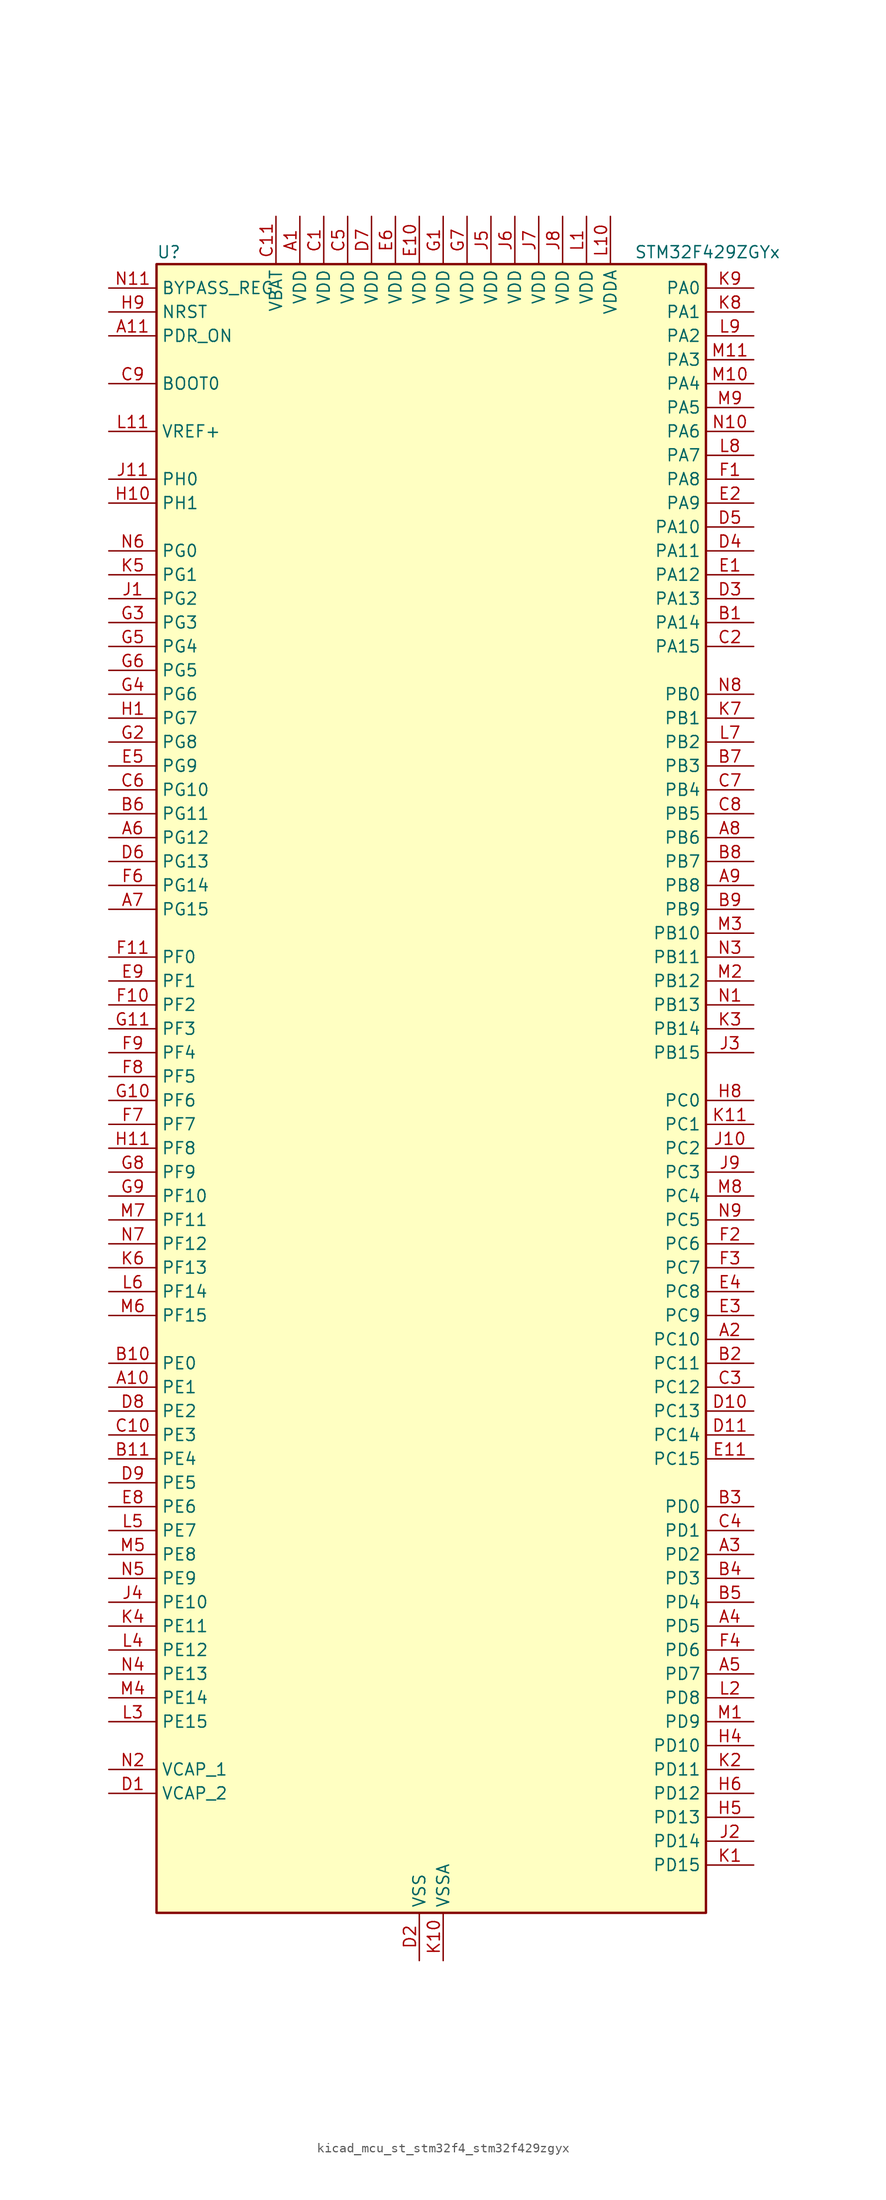
<source format=kicad_sym>
(kicad_symbol_lib
  (version 20220914)
  (generator kicad_symbol_editor)
  (symbol "kicad_mcu_st_stm32f4_stm32f429zgyx"
    (property "Reference" "U"
      (at -27.94 90.17 0)
      (effects (font (size 1.27 1.27)) (justify left)))
    (property "Value" "STM32F429ZGYx"
      (at 22.86 90.17 0)
      (effects (font (size 1.27 1.27)) (justify left)))
    (property "ki_locked" ""
      (at 0 0 0)
      (effects (font (size 1.27 1.27))))
    (symbol "kicad_mcu_st_stm32f4_stm32f429zgyx_0_1"
      (rectangle (start -27.94 -86.36) (end 30.48 88.9) (stroke (width 0.254) (type default)) (fill (type background))))
    (symbol "kicad_mcu_st_stm32f4_stm32f429zgyx_1_1"
      (pin power_in line (at -12.7 93.98 270) (length 5.08) (name "VDD" (effects (font (size 1.27 1.27)))) (number "A1" (effects (font (size 1.27 1.27)))))
      (pin bidirectional line (at -33.02 -30.48 0) (length 5.08) (name "PE1" (effects (font (size 1.27 1.27)))) (number "A10" (effects (font (size 1.27 1.27)))) (alternate "DCMI_D3" bidirectional line) (alternate "FMC_NBL1" bidirectional line) (alternate "UART8_TX" bidirectional line))
      (pin input line (at -33.02 81.28 0) (length 5.08) (name "PDR_ON" (effects (font (size 1.27 1.27)))) (number "A11" (effects (font (size 1.27 1.27)))))
      (pin bidirectional line (at 35.56 -25.4 180) (length 5.08) (name "PC10" (effects (font (size 1.27 1.27)))) (number "A2" (effects (font (size 1.27 1.27)))) (alternate "DCMI_D8" bidirectional line) (alternate "I2S3_CK" bidirectional line) (alternate "LTDC_R2" bidirectional line) (alternate "SDIO_D2" bidirectional line) (alternate "SPI3_SCK" bidirectional line) (alternate "UART4_TX" bidirectional line) (alternate "USART3_TX" bidirectional line))
      (pin bidirectional line (at 35.56 -48.26 180) (length 5.08) (name "PD2" (effects (font (size 1.27 1.27)))) (number "A3" (effects (font (size 1.27 1.27)))) (alternate "DCMI_D11" bidirectional line) (alternate "SDIO_CMD" bidirectional line) (alternate "TIM3_ETR" bidirectional line) (alternate "UART5_RX" bidirectional line))
      (pin bidirectional line (at 35.56 -55.88 180) (length 5.08) (name "PD5" (effects (font (size 1.27 1.27)))) (number "A4" (effects (font (size 1.27 1.27)))) (alternate "FMC_NWE" bidirectional line) (alternate "USART2_TX" bidirectional line))
      (pin bidirectional line (at 35.56 -60.96 180) (length 5.08) (name "PD7" (effects (font (size 1.27 1.27)))) (number "A5" (effects (font (size 1.27 1.27)))) (alternate "FMC_NCE2" bidirectional line) (alternate "FMC_NE1" bidirectional line) (alternate "USART2_CK" bidirectional line))
      (pin bidirectional line (at -33.02 27.94 0) (length 5.08) (name "PG12" (effects (font (size 1.27 1.27)))) (number "A6" (effects (font (size 1.27 1.27)))) (alternate "FMC_NE4" bidirectional line) (alternate "LTDC_B1" bidirectional line) (alternate "LTDC_B4" bidirectional line) (alternate "SPI6_MISO" bidirectional line) (alternate "USART6_RTS" bidirectional line))
      (pin bidirectional line (at -33.02 20.32 0) (length 5.08) (name "PG15" (effects (font (size 1.27 1.27)))) (number "A7" (effects (font (size 1.27 1.27)))) (alternate "ADC1_EXTI15" bidirectional line) (alternate "ADC2_EXTI15" bidirectional line) (alternate "ADC3_EXTI15" bidirectional line) (alternate "DCMI_D13" bidirectional line) (alternate "FMC_SDNCAS" bidirectional line) (alternate "USART6_CTS" bidirectional line))
      (pin bidirectional line (at 35.56 27.94 180) (length 5.08) (name "PB6" (effects (font (size 1.27 1.27)))) (number "A8" (effects (font (size 1.27 1.27)))) (alternate "CAN2_TX" bidirectional line) (alternate "DCMI_D5" bidirectional line) (alternate "FMC_SDNE1" bidirectional line) (alternate "I2C1_SCL" bidirectional line) (alternate "TIM4_CH1" bidirectional line) (alternate "USART1_TX" bidirectional line))
      (pin bidirectional line (at 35.56 22.86 180) (length 5.08) (name "PB8" (effects (font (size 1.27 1.27)))) (number "A9" (effects (font (size 1.27 1.27)))) (alternate "CAN1_RX" bidirectional line) (alternate "DCMI_D6" bidirectional line) (alternate "ETH_TXD3" bidirectional line) (alternate "I2C1_SCL" bidirectional line) (alternate "LTDC_B6" bidirectional line) (alternate "SDIO_D4" bidirectional line) (alternate "TIM10_CH1" bidirectional line) (alternate "TIM4_CH3" bidirectional line))
      (pin bidirectional line (at 35.56 50.8 180) (length 5.08) (name "PA14" (effects (font (size 1.27 1.27)))) (number "B1" (effects (font (size 1.27 1.27)))) (alternate "SYS_JTCK-SWCLK" bidirectional line))
      (pin bidirectional line (at -33.02 -27.94 0) (length 5.08) (name "PE0" (effects (font (size 1.27 1.27)))) (number "B10" (effects (font (size 1.27 1.27)))) (alternate "DCMI_D2" bidirectional line) (alternate "FMC_NBL0" bidirectional line) (alternate "TIM4_ETR" bidirectional line) (alternate "UART8_RX" bidirectional line))
      (pin bidirectional line (at -33.02 -38.1 0) (length 5.08) (name "PE4" (effects (font (size 1.27 1.27)))) (number "B11" (effects (font (size 1.27 1.27)))) (alternate "DCMI_D4" bidirectional line) (alternate "FMC_A20" bidirectional line) (alternate "LTDC_B0" bidirectional line) (alternate "SAI1_FS_A" bidirectional line) (alternate "SPI4_NSS" bidirectional line) (alternate "SYS_TRACED1" bidirectional line))
      (pin bidirectional line (at 35.56 -27.94 180) (length 5.08) (name "PC11" (effects (font (size 1.27 1.27)))) (number "B2" (effects (font (size 1.27 1.27)))) (alternate "ADC1_EXTI11" bidirectional line) (alternate "ADC2_EXTI11" bidirectional line) (alternate "ADC3_EXTI11" bidirectional line) (alternate "DCMI_D4" bidirectional line) (alternate "I2S3_ext_SD" bidirectional line) (alternate "SDIO_D3" bidirectional line) (alternate "SPI3_MISO" bidirectional line) (alternate "UART4_RX" bidirectional line) (alternate "USART3_RX" bidirectional line))
      (pin bidirectional line (at 35.56 -43.18 180) (length 5.08) (name "PD0" (effects (font (size 1.27 1.27)))) (number "B3" (effects (font (size 1.27 1.27)))) (alternate "CAN1_RX" bidirectional line) (alternate "FMC_D2" bidirectional line) (alternate "FMC_DA2" bidirectional line))
      (pin bidirectional line (at 35.56 -50.8 180) (length 5.08) (name "PD3" (effects (font (size 1.27 1.27)))) (number "B4" (effects (font (size 1.27 1.27)))) (alternate "DCMI_D5" bidirectional line) (alternate "FMC_CLK" bidirectional line) (alternate "I2S2_CK" bidirectional line) (alternate "LTDC_G7" bidirectional line) (alternate "SPI2_SCK" bidirectional line) (alternate "USART2_CTS" bidirectional line))
      (pin bidirectional line (at 35.56 -53.34 180) (length 5.08) (name "PD4" (effects (font (size 1.27 1.27)))) (number "B5" (effects (font (size 1.27 1.27)))) (alternate "FMC_NOE" bidirectional line) (alternate "USART2_RTS" bidirectional line))
      (pin bidirectional line (at -33.02 30.48 0) (length 5.08) (name "PG11" (effects (font (size 1.27 1.27)))) (number "B6" (effects (font (size 1.27 1.27)))) (alternate "ADC1_EXTI11" bidirectional line) (alternate "ADC2_EXTI11" bidirectional line) (alternate "ADC3_EXTI11" bidirectional line) (alternate "DCMI_D3" bidirectional line) (alternate "ETH_TX_EN" bidirectional line) (alternate "FMC_NCE4_2" bidirectional line) (alternate "LTDC_B3" bidirectional line))
      (pin bidirectional line (at 35.56 35.56 180) (length 5.08) (name "PB3" (effects (font (size 1.27 1.27)))) (number "B7" (effects (font (size 1.27 1.27)))) (alternate "I2S3_CK" bidirectional line) (alternate "SPI1_SCK" bidirectional line) (alternate "SPI3_SCK" bidirectional line) (alternate "SYS_JTDO-SWO" bidirectional line) (alternate "TIM2_CH2" bidirectional line))
      (pin bidirectional line (at 35.56 25.4 180) (length 5.08) (name "PB7" (effects (font (size 1.27 1.27)))) (number "B8" (effects (font (size 1.27 1.27)))) (alternate "DCMI_VSYNC" bidirectional line) (alternate "FMC_NL" bidirectional line) (alternate "I2C1_SDA" bidirectional line) (alternate "TIM4_CH2" bidirectional line) (alternate "USART1_RX" bidirectional line))
      (pin bidirectional line (at 35.56 20.32 180) (length 5.08) (name "PB9" (effects (font (size 1.27 1.27)))) (number "B9" (effects (font (size 1.27 1.27)))) (alternate "CAN1_TX" bidirectional line) (alternate "DAC_EXTI9" bidirectional line) (alternate "DCMI_D7" bidirectional line) (alternate "I2C1_SDA" bidirectional line) (alternate "I2S2_WS" bidirectional line) (alternate "LTDC_B7" bidirectional line) (alternate "SDIO_D5" bidirectional line) (alternate "SPI2_NSS" bidirectional line) (alternate "TIM11_CH1" bidirectional line) (alternate "TIM4_CH4" bidirectional line))
      (pin power_in line (at -10.16 93.98 270) (length 5.08) (name "VDD" (effects (font (size 1.27 1.27)))) (number "C1" (effects (font (size 1.27 1.27)))))
      (pin bidirectional line (at -33.02 -35.56 0) (length 5.08) (name "PE3" (effects (font (size 1.27 1.27)))) (number "C10" (effects (font (size 1.27 1.27)))) (alternate "FMC_A19" bidirectional line) (alternate "SAI1_SD_B" bidirectional line) (alternate "SYS_TRACED0" bidirectional line))
      (pin power_in line (at -15.24 93.98 270) (length 5.08) (name "VBAT" (effects (font (size 1.27 1.27)))) (number "C11" (effects (font (size 1.27 1.27)))))
      (pin bidirectional line (at 35.56 48.26 180) (length 5.08) (name "PA15" (effects (font (size 1.27 1.27)))) (number "C2" (effects (font (size 1.27 1.27)))) (alternate "ADC1_EXTI15" bidirectional line) (alternate "ADC2_EXTI15" bidirectional line) (alternate "ADC3_EXTI15" bidirectional line) (alternate "I2S3_WS" bidirectional line) (alternate "SPI1_NSS" bidirectional line) (alternate "SPI3_NSS" bidirectional line) (alternate "SYS_JTDI" bidirectional line) (alternate "TIM2_CH1" bidirectional line) (alternate "TIM2_ETR" bidirectional line))
      (pin bidirectional line (at 35.56 -30.48 180) (length 5.08) (name "PC12" (effects (font (size 1.27 1.27)))) (number "C3" (effects (font (size 1.27 1.27)))) (alternate "DCMI_D9" bidirectional line) (alternate "I2S3_SD" bidirectional line) (alternate "SDIO_CK" bidirectional line) (alternate "SPI3_MOSI" bidirectional line) (alternate "UART5_TX" bidirectional line) (alternate "USART3_CK" bidirectional line))
      (pin bidirectional line (at 35.56 -45.72 180) (length 5.08) (name "PD1" (effects (font (size 1.27 1.27)))) (number "C4" (effects (font (size 1.27 1.27)))) (alternate "CAN1_TX" bidirectional line) (alternate "FMC_D3" bidirectional line) (alternate "FMC_DA3" bidirectional line))
      (pin power_in line (at -7.62 93.98 270) (length 5.08) (name "VDD" (effects (font (size 1.27 1.27)))) (number "C5" (effects (font (size 1.27 1.27)))))
      (pin bidirectional line (at -33.02 33.02 0) (length 5.08) (name "PG10" (effects (font (size 1.27 1.27)))) (number "C6" (effects (font (size 1.27 1.27)))) (alternate "DCMI_D2" bidirectional line) (alternate "FMC_NCE4_1" bidirectional line) (alternate "FMC_NE3" bidirectional line) (alternate "LTDC_B2" bidirectional line) (alternate "LTDC_G3" bidirectional line))
      (pin bidirectional line (at 35.56 33.02 180) (length 5.08) (name "PB4" (effects (font (size 1.27 1.27)))) (number "C7" (effects (font (size 1.27 1.27)))) (alternate "I2S3_ext_SD" bidirectional line) (alternate "SPI1_MISO" bidirectional line) (alternate "SPI3_MISO" bidirectional line) (alternate "SYS_JTRST" bidirectional line) (alternate "TIM3_CH1" bidirectional line))
      (pin bidirectional line (at 35.56 30.48 180) (length 5.08) (name "PB5" (effects (font (size 1.27 1.27)))) (number "C8" (effects (font (size 1.27 1.27)))) (alternate "CAN2_RX" bidirectional line) (alternate "DCMI_D10" bidirectional line) (alternate "ETH_PPS_OUT" bidirectional line) (alternate "FMC_SDCKE1" bidirectional line) (alternate "I2C1_SMBA" bidirectional line) (alternate "I2S3_SD" bidirectional line) (alternate "SPI1_MOSI" bidirectional line) (alternate "SPI3_MOSI" bidirectional line) (alternate "TIM3_CH2" bidirectional line) (alternate "USB_OTG_HS_ULPI_D7" bidirectional line))
      (pin input line (at -33.02 76.2 0) (length 5.08) (name "BOOT0" (effects (font (size 1.27 1.27)))) (number "C9" (effects (font (size 1.27 1.27)))))
      (pin power_out line (at -33.02 -73.66 0) (length 5.08) (name "VCAP_2" (effects (font (size 1.27 1.27)))) (number "D1" (effects (font (size 1.27 1.27)))))
      (pin bidirectional line (at 35.56 -33.02 180) (length 5.08) (name "PC13" (effects (font (size 1.27 1.27)))) (number "D10" (effects (font (size 1.27 1.27)))) (alternate "RTC_AF1" bidirectional line))
      (pin bidirectional line (at 35.56 -35.56 180) (length 5.08) (name "PC14" (effects (font (size 1.27 1.27)))) (number "D11" (effects (font (size 1.27 1.27)))) (alternate "RCC_OSC32_IN" bidirectional line))
      (pin power_in line (at 0 -91.44 90) (length 5.08) (name "VSS" (effects (font (size 1.27 1.27)))) (number "D2" (effects (font (size 1.27 1.27)))))
      (pin bidirectional line (at 35.56 53.34 180) (length 5.08) (name "PA13" (effects (font (size 1.27 1.27)))) (number "D3" (effects (font (size 1.27 1.27)))) (alternate "SYS_JTMS-SWDIO" bidirectional line))
      (pin bidirectional line (at 35.56 58.42 180) (length 5.08) (name "PA11" (effects (font (size 1.27 1.27)))) (number "D4" (effects (font (size 1.27 1.27)))) (alternate "ADC1_EXTI11" bidirectional line) (alternate "ADC2_EXTI11" bidirectional line) (alternate "ADC3_EXTI11" bidirectional line) (alternate "CAN1_RX" bidirectional line) (alternate "LTDC_R4" bidirectional line) (alternate "TIM1_CH4" bidirectional line) (alternate "USART1_CTS" bidirectional line) (alternate "USB_OTG_FS_DM" bidirectional line))
      (pin bidirectional line (at 35.56 60.96 180) (length 5.08) (name "PA10" (effects (font (size 1.27 1.27)))) (number "D5" (effects (font (size 1.27 1.27)))) (alternate "DCMI_D1" bidirectional line) (alternate "TIM1_CH3" bidirectional line) (alternate "USART1_RX" bidirectional line) (alternate "USB_OTG_FS_ID" bidirectional line))
      (pin bidirectional line (at -33.02 25.4 0) (length 5.08) (name "PG13" (effects (font (size 1.27 1.27)))) (number "D6" (effects (font (size 1.27 1.27)))) (alternate "ETH_TXD0" bidirectional line) (alternate "FMC_A24" bidirectional line) (alternate "SPI6_SCK" bidirectional line) (alternate "USART6_CTS" bidirectional line))
      (pin power_in line (at -5.08 93.98 270) (length 5.08) (name "VDD" (effects (font (size 1.27 1.27)))) (number "D7" (effects (font (size 1.27 1.27)))))
      (pin bidirectional line (at -33.02 -33.02 0) (length 5.08) (name "PE2" (effects (font (size 1.27 1.27)))) (number "D8" (effects (font (size 1.27 1.27)))) (alternate "ETH_TXD3" bidirectional line) (alternate "FMC_A23" bidirectional line) (alternate "SAI1_MCLK_A" bidirectional line) (alternate "SPI4_SCK" bidirectional line) (alternate "SYS_TRACECLK" bidirectional line))
      (pin bidirectional line (at -33.02 -40.64 0) (length 5.08) (name "PE5" (effects (font (size 1.27 1.27)))) (number "D9" (effects (font (size 1.27 1.27)))) (alternate "DCMI_D6" bidirectional line) (alternate "FMC_A21" bidirectional line) (alternate "LTDC_G0" bidirectional line) (alternate "SAI1_SCK_A" bidirectional line) (alternate "SPI4_MISO" bidirectional line) (alternate "SYS_TRACED2" bidirectional line) (alternate "TIM9_CH1" bidirectional line))
      (pin bidirectional line (at 35.56 55.88 180) (length 5.08) (name "PA12" (effects (font (size 1.27 1.27)))) (number "E1" (effects (font (size 1.27 1.27)))) (alternate "CAN1_TX" bidirectional line) (alternate "LTDC_R5" bidirectional line) (alternate "TIM1_ETR" bidirectional line) (alternate "USART1_RTS" bidirectional line) (alternate "USB_OTG_FS_DP" bidirectional line))
      (pin power_in line (at 0 93.98 270) (length 5.08) (name "VDD" (effects (font (size 1.27 1.27)))) (number "E10" (effects (font (size 1.27 1.27)))))
      (pin bidirectional line (at 35.56 -38.1 180) (length 5.08) (name "PC15" (effects (font (size 1.27 1.27)))) (number "E11" (effects (font (size 1.27 1.27)))) (alternate "ADC1_EXTI15" bidirectional line) (alternate "ADC2_EXTI15" bidirectional line) (alternate "ADC3_EXTI15" bidirectional line) (alternate "RCC_OSC32_OUT" bidirectional line))
      (pin bidirectional line (at 35.56 63.5 180) (length 5.08) (name "PA9" (effects (font (size 1.27 1.27)))) (number "E2" (effects (font (size 1.27 1.27)))) (alternate "DAC_EXTI9" bidirectional line) (alternate "DCMI_D0" bidirectional line) (alternate "I2C3_SMBA" bidirectional line) (alternate "TIM1_CH2" bidirectional line) (alternate "USART1_TX" bidirectional line) (alternate "USB_OTG_FS_VBUS" bidirectional line))
      (pin bidirectional line (at 35.56 -22.86 180) (length 5.08) (name "PC9" (effects (font (size 1.27 1.27)))) (number "E3" (effects (font (size 1.27 1.27)))) (alternate "DAC_EXTI9" bidirectional line) (alternate "DCMI_D3" bidirectional line) (alternate "I2C3_SDA" bidirectional line) (alternate "I2S_CKIN" bidirectional line) (alternate "RCC_MCO_2" bidirectional line) (alternate "SDIO_D1" bidirectional line) (alternate "TIM3_CH4" bidirectional line) (alternate "TIM8_CH4" bidirectional line))
      (pin bidirectional line (at 35.56 -20.32 180) (length 5.08) (name "PC8" (effects (font (size 1.27 1.27)))) (number "E4" (effects (font (size 1.27 1.27)))) (alternate "DCMI_D2" bidirectional line) (alternate "SDIO_D0" bidirectional line) (alternate "TIM3_CH3" bidirectional line) (alternate "TIM8_CH3" bidirectional line) (alternate "USART6_CK" bidirectional line))
      (pin bidirectional line (at -33.02 35.56 0) (length 5.08) (name "PG9" (effects (font (size 1.27 1.27)))) (number "E5" (effects (font (size 1.27 1.27)))) (alternate "DAC_EXTI9" bidirectional line) (alternate "DCMI_VSYNC" bidirectional line) (alternate "FMC_NCE3" bidirectional line) (alternate "FMC_NE2" bidirectional line) (alternate "USART6_RX" bidirectional line))
      (pin power_in line (at -2.54 93.98 270) (length 5.08) (name "VDD" (effects (font (size 1.27 1.27)))) (number "E6" (effects (font (size 1.27 1.27)))))
      (pin passive line (at 0 -91.44 90) (length 5.08) hide (name "VSS" (effects (font (size 1.27 1.27)))) (number "E7" (effects (font (size 1.27 1.27)))))
      (pin bidirectional line (at -33.02 -43.18 0) (length 5.08) (name "PE6" (effects (font (size 1.27 1.27)))) (number "E8" (effects (font (size 1.27 1.27)))) (alternate "DCMI_D7" bidirectional line) (alternate "FMC_A22" bidirectional line) (alternate "LTDC_G1" bidirectional line) (alternate "SAI1_SD_A" bidirectional line) (alternate "SPI4_MOSI" bidirectional line) (alternate "SYS_TRACED3" bidirectional line) (alternate "TIM9_CH2" bidirectional line))
      (pin bidirectional line (at -33.02 12.7 0) (length 5.08) (name "PF1" (effects (font (size 1.27 1.27)))) (number "E9" (effects (font (size 1.27 1.27)))) (alternate "FMC_A1" bidirectional line) (alternate "I2C2_SCL" bidirectional line))
      (pin bidirectional line (at 35.56 66.04 180) (length 5.08) (name "PA8" (effects (font (size 1.27 1.27)))) (number "F1" (effects (font (size 1.27 1.27)))) (alternate "I2C3_SCL" bidirectional line) (alternate "LTDC_R6" bidirectional line) (alternate "RCC_MCO_1" bidirectional line) (alternate "TIM1_CH1" bidirectional line) (alternate "USART1_CK" bidirectional line) (alternate "USB_OTG_FS_SOF" bidirectional line))
      (pin bidirectional line (at -33.02 10.16 0) (length 5.08) (name "PF2" (effects (font (size 1.27 1.27)))) (number "F10" (effects (font (size 1.27 1.27)))) (alternate "FMC_A2" bidirectional line) (alternate "I2C2_SMBA" bidirectional line))
      (pin bidirectional line (at -33.02 15.24 0) (length 5.08) (name "PF0" (effects (font (size 1.27 1.27)))) (number "F11" (effects (font (size 1.27 1.27)))) (alternate "FMC_A0" bidirectional line) (alternate "I2C2_SDA" bidirectional line))
      (pin bidirectional line (at 35.56 -15.24 180) (length 5.08) (name "PC6" (effects (font (size 1.27 1.27)))) (number "F2" (effects (font (size 1.27 1.27)))) (alternate "DCMI_D0" bidirectional line) (alternate "I2S2_MCK" bidirectional line) (alternate "LTDC_HSYNC" bidirectional line) (alternate "SDIO_D6" bidirectional line) (alternate "TIM3_CH1" bidirectional line) (alternate "TIM8_CH1" bidirectional line) (alternate "USART6_TX" bidirectional line))
      (pin bidirectional line (at 35.56 -17.78 180) (length 5.08) (name "PC7" (effects (font (size 1.27 1.27)))) (number "F3" (effects (font (size 1.27 1.27)))) (alternate "DCMI_D1" bidirectional line) (alternate "I2S3_MCK" bidirectional line) (alternate "LTDC_G6" bidirectional line) (alternate "SDIO_D7" bidirectional line) (alternate "TIM3_CH2" bidirectional line) (alternate "TIM8_CH2" bidirectional line) (alternate "USART6_RX" bidirectional line))
      (pin bidirectional line (at 35.56 -58.42 180) (length 5.08) (name "PD6" (effects (font (size 1.27 1.27)))) (number "F4" (effects (font (size 1.27 1.27)))) (alternate "DCMI_D10" bidirectional line) (alternate "FMC_NWAIT" bidirectional line) (alternate "I2S3_SD" bidirectional line) (alternate "LTDC_B2" bidirectional line) (alternate "SAI1_SD_A" bidirectional line) (alternate "SPI3_MOSI" bidirectional line) (alternate "USART2_RX" bidirectional line))
      (pin passive line (at 0 -91.44 90) (length 5.08) hide (name "VSS" (effects (font (size 1.27 1.27)))) (number "F5" (effects (font (size 1.27 1.27)))))
      (pin bidirectional line (at -33.02 22.86 0) (length 5.08) (name "PG14" (effects (font (size 1.27 1.27)))) (number "F6" (effects (font (size 1.27 1.27)))) (alternate "ETH_TXD1" bidirectional line) (alternate "FMC_A25" bidirectional line) (alternate "SPI6_MOSI" bidirectional line) (alternate "USART6_TX" bidirectional line))
      (pin bidirectional line (at -33.02 -2.54 0) (length 5.08) (name "PF7" (effects (font (size 1.27 1.27)))) (number "F7" (effects (font (size 1.27 1.27)))) (alternate "ADC3_IN5" bidirectional line) (alternate "FMC_NREG" bidirectional line) (alternate "SAI1_MCLK_B" bidirectional line) (alternate "SPI5_SCK" bidirectional line) (alternate "TIM11_CH1" bidirectional line) (alternate "UART7_TX" bidirectional line))
      (pin bidirectional line (at -33.02 2.54 0) (length 5.08) (name "PF5" (effects (font (size 1.27 1.27)))) (number "F8" (effects (font (size 1.27 1.27)))) (alternate "ADC3_IN15" bidirectional line) (alternate "FMC_A5" bidirectional line))
      (pin bidirectional line (at -33.02 5.08 0) (length 5.08) (name "PF4" (effects (font (size 1.27 1.27)))) (number "F9" (effects (font (size 1.27 1.27)))) (alternate "ADC3_IN14" bidirectional line) (alternate "FMC_A4" bidirectional line))
      (pin power_in line (at 2.54 93.98 270) (length 5.08) (name "VDD" (effects (font (size 1.27 1.27)))) (number "G1" (effects (font (size 1.27 1.27)))))
      (pin bidirectional line (at -33.02 0 0) (length 5.08) (name "PF6" (effects (font (size 1.27 1.27)))) (number "G10" (effects (font (size 1.27 1.27)))) (alternate "ADC3_IN4" bidirectional line) (alternate "FMC_NIORD" bidirectional line) (alternate "SAI1_SD_B" bidirectional line) (alternate "SPI5_NSS" bidirectional line) (alternate "TIM10_CH1" bidirectional line) (alternate "UART7_RX" bidirectional line))
      (pin bidirectional line (at -33.02 7.62 0) (length 5.08) (name "PF3" (effects (font (size 1.27 1.27)))) (number "G11" (effects (font (size 1.27 1.27)))) (alternate "ADC3_IN9" bidirectional line) (alternate "FMC_A3" bidirectional line))
      (pin bidirectional line (at -33.02 38.1 0) (length 5.08) (name "PG8" (effects (font (size 1.27 1.27)))) (number "G2" (effects (font (size 1.27 1.27)))) (alternate "ETH_PPS_OUT" bidirectional line) (alternate "FMC_SDCLK" bidirectional line) (alternate "SPI6_NSS" bidirectional line) (alternate "USART6_RTS" bidirectional line))
      (pin bidirectional line (at -33.02 50.8 0) (length 5.08) (name "PG3" (effects (font (size 1.27 1.27)))) (number "G3" (effects (font (size 1.27 1.27)))) (alternate "FMC_A13" bidirectional line))
      (pin bidirectional line (at -33.02 43.18 0) (length 5.08) (name "PG6" (effects (font (size 1.27 1.27)))) (number "G4" (effects (font (size 1.27 1.27)))) (alternate "DCMI_D12" bidirectional line) (alternate "FMC_INT2" bidirectional line) (alternate "LTDC_R7" bidirectional line))
      (pin bidirectional line (at -33.02 48.26 0) (length 5.08) (name "PG4" (effects (font (size 1.27 1.27)))) (number "G5" (effects (font (size 1.27 1.27)))) (alternate "FMC_A14" bidirectional line) (alternate "FMC_BA0" bidirectional line))
      (pin bidirectional line (at -33.02 45.72 0) (length 5.08) (name "PG5" (effects (font (size 1.27 1.27)))) (number "G6" (effects (font (size 1.27 1.27)))) (alternate "FMC_A15" bidirectional line) (alternate "FMC_BA1" bidirectional line))
      (pin power_in line (at 5.08 93.98 270) (length 5.08) (name "VDD" (effects (font (size 1.27 1.27)))) (number "G7" (effects (font (size 1.27 1.27)))))
      (pin bidirectional line (at -33.02 -7.62 0) (length 5.08) (name "PF9" (effects (font (size 1.27 1.27)))) (number "G8" (effects (font (size 1.27 1.27)))) (alternate "ADC3_IN7" bidirectional line) (alternate "DAC_EXTI9" bidirectional line) (alternate "FMC_CD" bidirectional line) (alternate "SAI1_FS_B" bidirectional line) (alternate "SPI5_MOSI" bidirectional line) (alternate "TIM14_CH1" bidirectional line))
      (pin bidirectional line (at -33.02 -10.16 0) (length 5.08) (name "PF10" (effects (font (size 1.27 1.27)))) (number "G9" (effects (font (size 1.27 1.27)))) (alternate "ADC3_IN8" bidirectional line) (alternate "DCMI_D11" bidirectional line) (alternate "FMC_INTR" bidirectional line) (alternate "LTDC_DE" bidirectional line))
      (pin bidirectional line (at -33.02 40.64 0) (length 5.08) (name "PG7" (effects (font (size 1.27 1.27)))) (number "H1" (effects (font (size 1.27 1.27)))) (alternate "DCMI_D13" bidirectional line) (alternate "FMC_INT3" bidirectional line) (alternate "LTDC_CLK" bidirectional line) (alternate "USART6_CK" bidirectional line))
      (pin bidirectional line (at -33.02 63.5 0) (length 5.08) (name "PH1" (effects (font (size 1.27 1.27)))) (number "H10" (effects (font (size 1.27 1.27)))) (alternate "RCC_OSC_OUT" bidirectional line))
      (pin bidirectional line (at -33.02 -5.08 0) (length 5.08) (name "PF8" (effects (font (size 1.27 1.27)))) (number "H11" (effects (font (size 1.27 1.27)))) (alternate "ADC3_IN6" bidirectional line) (alternate "FMC_NIOWR" bidirectional line) (alternate "SAI1_SCK_B" bidirectional line) (alternate "SPI5_MISO" bidirectional line) (alternate "TIM13_CH1" bidirectional line))
      (pin passive line (at 0 -91.44 90) (length 5.08) hide (name "VSS" (effects (font (size 1.27 1.27)))) (number "H2" (effects (font (size 1.27 1.27)))))
      (pin passive line (at 0 -91.44 90) (length 5.08) hide (name "VSS" (effects (font (size 1.27 1.27)))) (number "H3" (effects (font (size 1.27 1.27)))))
      (pin bidirectional line (at 35.56 -68.58 180) (length 5.08) (name "PD10" (effects (font (size 1.27 1.27)))) (number "H4" (effects (font (size 1.27 1.27)))) (alternate "FMC_D15" bidirectional line) (alternate "FMC_DA15" bidirectional line) (alternate "LTDC_B3" bidirectional line) (alternate "USART3_CK" bidirectional line))
      (pin bidirectional line (at 35.56 -76.2 180) (length 5.08) (name "PD13" (effects (font (size 1.27 1.27)))) (number "H5" (effects (font (size 1.27 1.27)))) (alternate "FMC_A18" bidirectional line) (alternate "TIM4_CH2" bidirectional line))
      (pin bidirectional line (at 35.56 -73.66 180) (length 5.08) (name "PD12" (effects (font (size 1.27 1.27)))) (number "H6" (effects (font (size 1.27 1.27)))) (alternate "FMC_A17" bidirectional line) (alternate "FMC_ALE" bidirectional line) (alternate "TIM4_CH1" bidirectional line) (alternate "USART3_RTS" bidirectional line))
      (pin passive line (at 0 -91.44 90) (length 5.08) hide (name "VSS" (effects (font (size 1.27 1.27)))) (number "H7" (effects (font (size 1.27 1.27)))))
      (pin bidirectional line (at 35.56 0 180) (length 5.08) (name "PC0" (effects (font (size 1.27 1.27)))) (number "H8" (effects (font (size 1.27 1.27)))) (alternate "ADC1_IN10" bidirectional line) (alternate "ADC2_IN10" bidirectional line) (alternate "ADC3_IN10" bidirectional line) (alternate "FMC_SDNWE" bidirectional line) (alternate "USB_OTG_HS_ULPI_STP" bidirectional line))
      (pin input line (at -33.02 83.82 0) (length 5.08) (name "NRST" (effects (font (size 1.27 1.27)))) (number "H9" (effects (font (size 1.27 1.27)))))
      (pin bidirectional line (at -33.02 53.34 0) (length 5.08) (name "PG2" (effects (font (size 1.27 1.27)))) (number "J1" (effects (font (size 1.27 1.27)))) (alternate "FMC_A12" bidirectional line))
      (pin bidirectional line (at 35.56 -5.08 180) (length 5.08) (name "PC2" (effects (font (size 1.27 1.27)))) (number "J10" (effects (font (size 1.27 1.27)))) (alternate "ADC1_IN12" bidirectional line) (alternate "ADC2_IN12" bidirectional line) (alternate "ADC3_IN12" bidirectional line) (alternate "ETH_TXD2" bidirectional line) (alternate "FMC_SDNE0" bidirectional line) (alternate "I2S2_ext_SD" bidirectional line) (alternate "SPI2_MISO" bidirectional line) (alternate "USB_OTG_HS_ULPI_DIR" bidirectional line))
      (pin bidirectional line (at -33.02 66.04 0) (length 5.08) (name "PH0" (effects (font (size 1.27 1.27)))) (number "J11" (effects (font (size 1.27 1.27)))) (alternate "RCC_OSC_IN" bidirectional line))
      (pin bidirectional line (at 35.56 -78.74 180) (length 5.08) (name "PD14" (effects (font (size 1.27 1.27)))) (number "J2" (effects (font (size 1.27 1.27)))) (alternate "FMC_D0" bidirectional line) (alternate "FMC_DA0" bidirectional line) (alternate "TIM4_CH3" bidirectional line))
      (pin bidirectional line (at 35.56 5.08 180) (length 5.08) (name "PB15" (effects (font (size 1.27 1.27)))) (number "J3" (effects (font (size 1.27 1.27)))) (alternate "ADC1_EXTI15" bidirectional line) (alternate "ADC2_EXTI15" bidirectional line) (alternate "ADC3_EXTI15" bidirectional line) (alternate "I2S2_SD" bidirectional line) (alternate "RTC_REFIN" bidirectional line) (alternate "SPI2_MOSI" bidirectional line) (alternate "TIM12_CH2" bidirectional line) (alternate "TIM1_CH3N" bidirectional line) (alternate "TIM8_CH3N" bidirectional line) (alternate "USB_OTG_HS_DP" bidirectional line))
      (pin bidirectional line (at -33.02 -53.34 0) (length 5.08) (name "PE10" (effects (font (size 1.27 1.27)))) (number "J4" (effects (font (size 1.27 1.27)))) (alternate "FMC_D7" bidirectional line) (alternate "FMC_DA7" bidirectional line) (alternate "TIM1_CH2N" bidirectional line))
      (pin power_in line (at 7.62 93.98 270) (length 5.08) (name "VDD" (effects (font (size 1.27 1.27)))) (number "J5" (effects (font (size 1.27 1.27)))))
      (pin power_in line (at 10.16 93.98 270) (length 5.08) (name "VDD" (effects (font (size 1.27 1.27)))) (number "J6" (effects (font (size 1.27 1.27)))))
      (pin power_in line (at 12.7 93.98 270) (length 5.08) (name "VDD" (effects (font (size 1.27 1.27)))) (number "J7" (effects (font (size 1.27 1.27)))))
      (pin power_in line (at 15.24 93.98 270) (length 5.08) (name "VDD" (effects (font (size 1.27 1.27)))) (number "J8" (effects (font (size 1.27 1.27)))))
      (pin bidirectional line (at 35.56 -7.62 180) (length 5.08) (name "PC3" (effects (font (size 1.27 1.27)))) (number "J9" (effects (font (size 1.27 1.27)))) (alternate "ADC1_IN13" bidirectional line) (alternate "ADC2_IN13" bidirectional line) (alternate "ADC3_IN13" bidirectional line) (alternate "ETH_TX_CLK" bidirectional line) (alternate "FMC_SDCKE0" bidirectional line) (alternate "I2S2_SD" bidirectional line) (alternate "SPI2_MOSI" bidirectional line) (alternate "USB_OTG_HS_ULPI_NXT" bidirectional line))
      (pin bidirectional line (at 35.56 -81.28 180) (length 5.08) (name "PD15" (effects (font (size 1.27 1.27)))) (number "K1" (effects (font (size 1.27 1.27)))) (alternate "ADC1_EXTI15" bidirectional line) (alternate "ADC2_EXTI15" bidirectional line) (alternate "ADC3_EXTI15" bidirectional line) (alternate "FMC_D1" bidirectional line) (alternate "FMC_DA1" bidirectional line) (alternate "TIM4_CH4" bidirectional line))
      (pin power_in line (at 2.54 -91.44 90) (length 5.08) (name "VSSA" (effects (font (size 1.27 1.27)))) (number "K10" (effects (font (size 1.27 1.27)))))
      (pin bidirectional line (at 35.56 -2.54 180) (length 5.08) (name "PC1" (effects (font (size 1.27 1.27)))) (number "K11" (effects (font (size 1.27 1.27)))) (alternate "ADC1_IN11" bidirectional line) (alternate "ADC2_IN11" bidirectional line) (alternate "ADC3_IN11" bidirectional line) (alternate "ETH_MDC" bidirectional line))
      (pin bidirectional line (at 35.56 -71.12 180) (length 5.08) (name "PD11" (effects (font (size 1.27 1.27)))) (number "K2" (effects (font (size 1.27 1.27)))) (alternate "ADC1_EXTI11" bidirectional line) (alternate "ADC2_EXTI11" bidirectional line) (alternate "ADC3_EXTI11" bidirectional line) (alternate "FMC_A16" bidirectional line) (alternate "FMC_CLE" bidirectional line) (alternate "USART3_CTS" bidirectional line))
      (pin bidirectional line (at 35.56 7.62 180) (length 5.08) (name "PB14" (effects (font (size 1.27 1.27)))) (number "K3" (effects (font (size 1.27 1.27)))) (alternate "I2S2_ext_SD" bidirectional line) (alternate "SPI2_MISO" bidirectional line) (alternate "TIM12_CH1" bidirectional line) (alternate "TIM1_CH2N" bidirectional line) (alternate "TIM8_CH2N" bidirectional line) (alternate "USART3_RTS" bidirectional line) (alternate "USB_OTG_HS_DM" bidirectional line))
      (pin bidirectional line (at -33.02 -55.88 0) (length 5.08) (name "PE11" (effects (font (size 1.27 1.27)))) (number "K4" (effects (font (size 1.27 1.27)))) (alternate "ADC1_EXTI11" bidirectional line) (alternate "ADC2_EXTI11" bidirectional line) (alternate "ADC3_EXTI11" bidirectional line) (alternate "FMC_D8" bidirectional line) (alternate "FMC_DA8" bidirectional line) (alternate "LTDC_G3" bidirectional line) (alternate "SPI4_NSS" bidirectional line) (alternate "TIM1_CH2" bidirectional line))
      (pin bidirectional line (at -33.02 55.88 0) (length 5.08) (name "PG1" (effects (font (size 1.27 1.27)))) (number "K5" (effects (font (size 1.27 1.27)))) (alternate "FMC_A11" bidirectional line))
      (pin bidirectional line (at -33.02 -17.78 0) (length 5.08) (name "PF13" (effects (font (size 1.27 1.27)))) (number "K6" (effects (font (size 1.27 1.27)))) (alternate "FMC_A7" bidirectional line))
      (pin bidirectional line (at 35.56 40.64 180) (length 5.08) (name "PB1" (effects (font (size 1.27 1.27)))) (number "K7" (effects (font (size 1.27 1.27)))) (alternate "ADC1_IN9" bidirectional line) (alternate "ADC2_IN9" bidirectional line) (alternate "ETH_RXD3" bidirectional line) (alternate "LTDC_R6" bidirectional line) (alternate "TIM1_CH3N" bidirectional line) (alternate "TIM3_CH4" bidirectional line) (alternate "TIM8_CH3N" bidirectional line) (alternate "USB_OTG_HS_ULPI_D2" bidirectional line))
      (pin bidirectional line (at 35.56 83.82 180) (length 5.08) (name "PA1" (effects (font (size 1.27 1.27)))) (number "K8" (effects (font (size 1.27 1.27)))) (alternate "ADC1_IN1" bidirectional line) (alternate "ADC2_IN1" bidirectional line) (alternate "ADC3_IN1" bidirectional line) (alternate "ETH_REF_CLK" bidirectional line) (alternate "ETH_RX_CLK" bidirectional line) (alternate "TIM2_CH2" bidirectional line) (alternate "TIM5_CH2" bidirectional line) (alternate "UART4_RX" bidirectional line) (alternate "USART2_RTS" bidirectional line))
      (pin bidirectional line (at 35.56 86.36 180) (length 5.08) (name "PA0" (effects (font (size 1.27 1.27)))) (number "K9" (effects (font (size 1.27 1.27)))) (alternate "ADC1_IN0" bidirectional line) (alternate "ADC2_IN0" bidirectional line) (alternate "ADC3_IN0" bidirectional line) (alternate "ETH_CRS" bidirectional line) (alternate "SYS_WKUP" bidirectional line) (alternate "TIM2_CH1" bidirectional line) (alternate "TIM2_ETR" bidirectional line) (alternate "TIM5_CH1" bidirectional line) (alternate "TIM8_ETR" bidirectional line) (alternate "UART4_TX" bidirectional line) (alternate "USART2_CTS" bidirectional line))
      (pin power_in line (at 17.78 93.98 270) (length 5.08) (name "VDD" (effects (font (size 1.27 1.27)))) (number "L1" (effects (font (size 1.27 1.27)))))
      (pin power_in line (at 20.32 93.98 270) (length 5.08) (name "VDDA" (effects (font (size 1.27 1.27)))) (number "L10" (effects (font (size 1.27 1.27)))))
      (pin input line (at -33.02 71.12 0) (length 5.08) (name "VREF+" (effects (font (size 1.27 1.27)))) (number "L11" (effects (font (size 1.27 1.27)))))
      (pin bidirectional line (at 35.56 -63.5 180) (length 5.08) (name "PD8" (effects (font (size 1.27 1.27)))) (number "L2" (effects (font (size 1.27 1.27)))) (alternate "FMC_D13" bidirectional line) (alternate "FMC_DA13" bidirectional line) (alternate "USART3_TX" bidirectional line))
      (pin bidirectional line (at -33.02 -66.04 0) (length 5.08) (name "PE15" (effects (font (size 1.27 1.27)))) (number "L3" (effects (font (size 1.27 1.27)))) (alternate "ADC1_EXTI15" bidirectional line) (alternate "ADC2_EXTI15" bidirectional line) (alternate "ADC3_EXTI15" bidirectional line) (alternate "FMC_D12" bidirectional line) (alternate "FMC_DA12" bidirectional line) (alternate "LTDC_R7" bidirectional line) (alternate "TIM1_BKIN" bidirectional line))
      (pin bidirectional line (at -33.02 -58.42 0) (length 5.08) (name "PE12" (effects (font (size 1.27 1.27)))) (number "L4" (effects (font (size 1.27 1.27)))) (alternate "FMC_D9" bidirectional line) (alternate "FMC_DA9" bidirectional line) (alternate "LTDC_B4" bidirectional line) (alternate "SPI4_SCK" bidirectional line) (alternate "TIM1_CH3N" bidirectional line))
      (pin bidirectional line (at -33.02 -45.72 0) (length 5.08) (name "PE7" (effects (font (size 1.27 1.27)))) (number "L5" (effects (font (size 1.27 1.27)))) (alternate "FMC_D4" bidirectional line) (alternate "FMC_DA4" bidirectional line) (alternate "TIM1_ETR" bidirectional line) (alternate "UART7_RX" bidirectional line))
      (pin bidirectional line (at -33.02 -20.32 0) (length 5.08) (name "PF14" (effects (font (size 1.27 1.27)))) (number "L6" (effects (font (size 1.27 1.27)))) (alternate "FMC_A8" bidirectional line))
      (pin bidirectional line (at 35.56 38.1 180) (length 5.08) (name "PB2" (effects (font (size 1.27 1.27)))) (number "L7" (effects (font (size 1.27 1.27)))))
      (pin bidirectional line (at 35.56 68.58 180) (length 5.08) (name "PA7" (effects (font (size 1.27 1.27)))) (number "L8" (effects (font (size 1.27 1.27)))) (alternate "ADC1_IN7" bidirectional line) (alternate "ADC2_IN7" bidirectional line) (alternate "ETH_CRS_DV" bidirectional line) (alternate "ETH_RX_DV" bidirectional line) (alternate "SPI1_MOSI" bidirectional line) (alternate "TIM14_CH1" bidirectional line) (alternate "TIM1_CH1N" bidirectional line) (alternate "TIM3_CH2" bidirectional line) (alternate "TIM8_CH1N" bidirectional line))
      (pin bidirectional line (at 35.56 81.28 180) (length 5.08) (name "PA2" (effects (font (size 1.27 1.27)))) (number "L9" (effects (font (size 1.27 1.27)))) (alternate "ADC1_IN2" bidirectional line) (alternate "ADC2_IN2" bidirectional line) (alternate "ADC3_IN2" bidirectional line) (alternate "ETH_MDIO" bidirectional line) (alternate "TIM2_CH3" bidirectional line) (alternate "TIM5_CH3" bidirectional line) (alternate "TIM9_CH1" bidirectional line) (alternate "USART2_TX" bidirectional line))
      (pin bidirectional line (at 35.56 -66.04 180) (length 5.08) (name "PD9" (effects (font (size 1.27 1.27)))) (number "M1" (effects (font (size 1.27 1.27)))) (alternate "DAC_EXTI9" bidirectional line) (alternate "FMC_D14" bidirectional line) (alternate "FMC_DA14" bidirectional line) (alternate "USART3_RX" bidirectional line))
      (pin bidirectional line (at 35.56 76.2 180) (length 5.08) (name "PA4" (effects (font (size 1.27 1.27)))) (number "M10" (effects (font (size 1.27 1.27)))) (alternate "ADC1_IN4" bidirectional line) (alternate "ADC2_IN4" bidirectional line) (alternate "DAC_OUT1" bidirectional line) (alternate "DCMI_HSYNC" bidirectional line) (alternate "I2S3_WS" bidirectional line) (alternate "LTDC_VSYNC" bidirectional line) (alternate "SPI1_NSS" bidirectional line) (alternate "SPI3_NSS" bidirectional line) (alternate "USART2_CK" bidirectional line) (alternate "USB_OTG_HS_SOF" bidirectional line))
      (pin bidirectional line (at 35.56 78.74 180) (length 5.08) (name "PA3" (effects (font (size 1.27 1.27)))) (number "M11" (effects (font (size 1.27 1.27)))) (alternate "ADC1_IN3" bidirectional line) (alternate "ADC2_IN3" bidirectional line) (alternate "ADC3_IN3" bidirectional line) (alternate "ETH_COL" bidirectional line) (alternate "LTDC_B5" bidirectional line) (alternate "TIM2_CH4" bidirectional line) (alternate "TIM5_CH4" bidirectional line) (alternate "TIM9_CH2" bidirectional line) (alternate "USART2_RX" bidirectional line) (alternate "USB_OTG_HS_ULPI_D0" bidirectional line))
      (pin bidirectional line (at 35.56 12.7 180) (length 5.08) (name "PB12" (effects (font (size 1.27 1.27)))) (number "M2" (effects (font (size 1.27 1.27)))) (alternate "CAN2_RX" bidirectional line) (alternate "ETH_TXD0" bidirectional line) (alternate "I2C2_SMBA" bidirectional line) (alternate "I2S2_WS" bidirectional line) (alternate "SPI2_NSS" bidirectional line) (alternate "TIM1_BKIN" bidirectional line) (alternate "USART3_CK" bidirectional line) (alternate "USB_OTG_HS_ID" bidirectional line) (alternate "USB_OTG_HS_ULPI_D5" bidirectional line))
      (pin bidirectional line (at 35.56 17.78 180) (length 5.08) (name "PB10" (effects (font (size 1.27 1.27)))) (number "M3" (effects (font (size 1.27 1.27)))) (alternate "ETH_RX_ER" bidirectional line) (alternate "I2C2_SCL" bidirectional line) (alternate "I2S2_CK" bidirectional line) (alternate "LTDC_G4" bidirectional line) (alternate "SPI2_SCK" bidirectional line) (alternate "TIM2_CH3" bidirectional line) (alternate "USART3_TX" bidirectional line) (alternate "USB_OTG_HS_ULPI_D3" bidirectional line))
      (pin bidirectional line (at -33.02 -63.5 0) (length 5.08) (name "PE14" (effects (font (size 1.27 1.27)))) (number "M4" (effects (font (size 1.27 1.27)))) (alternate "FMC_D11" bidirectional line) (alternate "FMC_DA11" bidirectional line) (alternate "LTDC_CLK" bidirectional line) (alternate "SPI4_MOSI" bidirectional line) (alternate "TIM1_CH4" bidirectional line))
      (pin bidirectional line (at -33.02 -48.26 0) (length 5.08) (name "PE8" (effects (font (size 1.27 1.27)))) (number "M5" (effects (font (size 1.27 1.27)))) (alternate "FMC_D5" bidirectional line) (alternate "FMC_DA5" bidirectional line) (alternate "TIM1_CH1N" bidirectional line) (alternate "UART7_TX" bidirectional line))
      (pin bidirectional line (at -33.02 -22.86 0) (length 5.08) (name "PF15" (effects (font (size 1.27 1.27)))) (number "M6" (effects (font (size 1.27 1.27)))) (alternate "ADC1_EXTI15" bidirectional line) (alternate "ADC2_EXTI15" bidirectional line) (alternate "ADC3_EXTI15" bidirectional line) (alternate "FMC_A9" bidirectional line))
      (pin bidirectional line (at -33.02 -12.7 0) (length 5.08) (name "PF11" (effects (font (size 1.27 1.27)))) (number "M7" (effects (font (size 1.27 1.27)))) (alternate "ADC1_EXTI11" bidirectional line) (alternate "ADC2_EXTI11" bidirectional line) (alternate "ADC3_EXTI11" bidirectional line) (alternate "DCMI_D12" bidirectional line) (alternate "FMC_SDNRAS" bidirectional line) (alternate "SPI5_MOSI" bidirectional line))
      (pin bidirectional line (at 35.56 -10.16 180) (length 5.08) (name "PC4" (effects (font (size 1.27 1.27)))) (number "M8" (effects (font (size 1.27 1.27)))) (alternate "ADC1_IN14" bidirectional line) (alternate "ADC2_IN14" bidirectional line) (alternate "ETH_RXD0" bidirectional line))
      (pin bidirectional line (at 35.56 73.66 180) (length 5.08) (name "PA5" (effects (font (size 1.27 1.27)))) (number "M9" (effects (font (size 1.27 1.27)))) (alternate "ADC1_IN5" bidirectional line) (alternate "ADC2_IN5" bidirectional line) (alternate "DAC_OUT2" bidirectional line) (alternate "SPI1_SCK" bidirectional line) (alternate "TIM2_CH1" bidirectional line) (alternate "TIM2_ETR" bidirectional line) (alternate "TIM8_CH1N" bidirectional line) (alternate "USB_OTG_HS_ULPI_CK" bidirectional line))
      (pin bidirectional line (at 35.56 10.16 180) (length 5.08) (name "PB13" (effects (font (size 1.27 1.27)))) (number "N1" (effects (font (size 1.27 1.27)))) (alternate "CAN2_TX" bidirectional line) (alternate "ETH_TXD1" bidirectional line) (alternate "I2S2_CK" bidirectional line) (alternate "SPI2_SCK" bidirectional line) (alternate "TIM1_CH1N" bidirectional line) (alternate "USART3_CTS" bidirectional line) (alternate "USB_OTG_HS_ULPI_D6" bidirectional line) (alternate "USB_OTG_HS_VBUS" bidirectional line))
      (pin bidirectional line (at 35.56 71.12 180) (length 5.08) (name "PA6" (effects (font (size 1.27 1.27)))) (number "N10" (effects (font (size 1.27 1.27)))) (alternate "ADC1_IN6" bidirectional line) (alternate "ADC2_IN6" bidirectional line) (alternate "DCMI_PIXCLK" bidirectional line) (alternate "LTDC_G2" bidirectional line) (alternate "SPI1_MISO" bidirectional line) (alternate "TIM13_CH1" bidirectional line) (alternate "TIM1_BKIN" bidirectional line) (alternate "TIM3_CH1" bidirectional line) (alternate "TIM8_BKIN" bidirectional line))
      (pin input line (at -33.02 86.36 0) (length 5.08) (name "BYPASS_REG" (effects (font (size 1.27 1.27)))) (number "N11" (effects (font (size 1.27 1.27)))))
      (pin power_out line (at -33.02 -71.12 0) (length 5.08) (name "VCAP_1" (effects (font (size 1.27 1.27)))) (number "N2" (effects (font (size 1.27 1.27)))))
      (pin bidirectional line (at 35.56 15.24 180) (length 5.08) (name "PB11" (effects (font (size 1.27 1.27)))) (number "N3" (effects (font (size 1.27 1.27)))) (alternate "ADC1_EXTI11" bidirectional line) (alternate "ADC2_EXTI11" bidirectional line) (alternate "ADC3_EXTI11" bidirectional line) (alternate "ETH_TX_EN" bidirectional line) (alternate "I2C2_SDA" bidirectional line) (alternate "LTDC_G5" bidirectional line) (alternate "TIM2_CH4" bidirectional line) (alternate "USART3_RX" bidirectional line) (alternate "USB_OTG_HS_ULPI_D4" bidirectional line))
      (pin bidirectional line (at -33.02 -60.96 0) (length 5.08) (name "PE13" (effects (font (size 1.27 1.27)))) (number "N4" (effects (font (size 1.27 1.27)))) (alternate "FMC_D10" bidirectional line) (alternate "FMC_DA10" bidirectional line) (alternate "LTDC_DE" bidirectional line) (alternate "SPI4_MISO" bidirectional line) (alternate "TIM1_CH3" bidirectional line))
      (pin bidirectional line (at -33.02 -50.8 0) (length 5.08) (name "PE9" (effects (font (size 1.27 1.27)))) (number "N5" (effects (font (size 1.27 1.27)))) (alternate "DAC_EXTI9" bidirectional line) (alternate "FMC_D6" bidirectional line) (alternate "FMC_DA6" bidirectional line) (alternate "TIM1_CH1" bidirectional line))
      (pin bidirectional line (at -33.02 58.42 0) (length 5.08) (name "PG0" (effects (font (size 1.27 1.27)))) (number "N6" (effects (font (size 1.27 1.27)))) (alternate "FMC_A10" bidirectional line))
      (pin bidirectional line (at -33.02 -15.24 0) (length 5.08) (name "PF12" (effects (font (size 1.27 1.27)))) (number "N7" (effects (font (size 1.27 1.27)))) (alternate "FMC_A6" bidirectional line))
      (pin bidirectional line (at 35.56 43.18 180) (length 5.08) (name "PB0" (effects (font (size 1.27 1.27)))) (number "N8" (effects (font (size 1.27 1.27)))) (alternate "ADC1_IN8" bidirectional line) (alternate "ADC2_IN8" bidirectional line) (alternate "ETH_RXD2" bidirectional line) (alternate "LTDC_R3" bidirectional line) (alternate "TIM1_CH2N" bidirectional line) (alternate "TIM3_CH3" bidirectional line) (alternate "TIM8_CH2N" bidirectional line) (alternate "USB_OTG_HS_ULPI_D1" bidirectional line))
      (pin bidirectional line (at 35.56 -12.7 180) (length 5.08) (name "PC5" (effects (font (size 1.27 1.27)))) (number "N9" (effects (font (size 1.27 1.27)))) (alternate "ADC1_IN15" bidirectional line) (alternate "ADC2_IN15" bidirectional line) (alternate "ETH_RXD1" bidirectional line)))))
</source>
